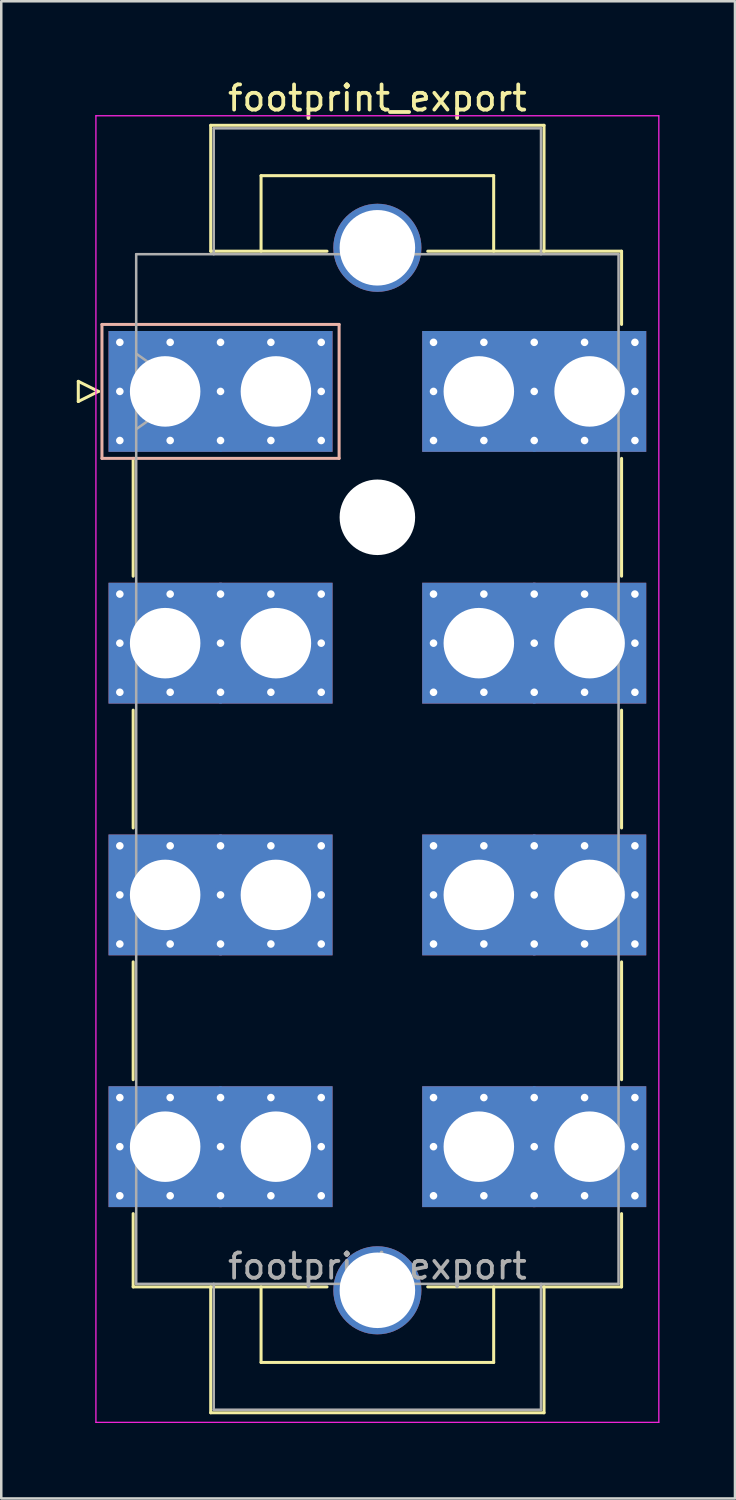
<source format=kicad_pcb>
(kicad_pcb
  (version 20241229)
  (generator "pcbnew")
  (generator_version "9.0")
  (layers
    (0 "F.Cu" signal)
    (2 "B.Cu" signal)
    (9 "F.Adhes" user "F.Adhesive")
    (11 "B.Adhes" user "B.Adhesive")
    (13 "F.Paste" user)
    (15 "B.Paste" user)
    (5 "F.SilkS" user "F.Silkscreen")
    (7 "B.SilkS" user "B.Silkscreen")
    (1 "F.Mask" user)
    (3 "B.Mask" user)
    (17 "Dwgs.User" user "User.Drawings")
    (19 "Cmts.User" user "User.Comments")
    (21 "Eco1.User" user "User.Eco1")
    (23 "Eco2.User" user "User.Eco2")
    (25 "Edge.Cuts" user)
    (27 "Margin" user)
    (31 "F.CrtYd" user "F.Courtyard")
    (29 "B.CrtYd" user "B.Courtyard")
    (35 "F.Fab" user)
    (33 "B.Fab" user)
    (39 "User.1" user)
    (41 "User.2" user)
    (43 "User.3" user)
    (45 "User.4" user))
  (footprint "footprint_export"
    (layer "F.Cu")
    (at 3.51 12.498)
    (property "Reference" "footprint_export" (at 8.43 -11.65 0) (layer "F.SilkS") (effects (font (size 1 1) (thickness 0.15))))
    (attr through_hole)
    (fp_line (start -3.45 -0.4) (end -3.45 0.4) (stroke (width 0.12) (type solid)) (layer "F.SilkS"))
    (fp_line (start -3.45 0.4) (end -2.65 0) (stroke (width 0.12) (type solid)) (layer "F.SilkS"))
    (fp_line (start -2.65 0) (end -3.45 -0.4) (stroke (width 0.12) (type solid)) (layer "F.SilkS"))
    (fp_line (start -1.27 2.66) (end -1.27 7.34) (stroke (width 0.12) (type solid)) (layer "F.SilkS"))
    (fp_line (start -1.27 12.66) (end -1.27 17.34) (stroke (width 0.12) (type solid)) (layer "F.SilkS"))
    (fp_line (start -1.27 22.66) (end -1.27 27.34) (stroke (width 0.12) (type solid)) (layer "F.SilkS"))
    (fp_line (start -1.27 32.66) (end -1.27 35.57) (stroke (width 0.12) (type solid)) (layer "F.SilkS"))
    (fp_line (start -1.27 35.57) (end 6.43 35.57) (stroke (width 0.12) (type solid)) (layer "F.SilkS"))
    (fp_line (start 1.81 -10.57) (end 15.05 -10.57) (stroke (width 0.12) (type solid)) (layer "F.SilkS"))
    (fp_line (start 1.81 -5.57) (end 1.81 -10.57) (stroke (width 0.12) (type solid)) (layer "F.SilkS"))
    (fp_line (start 1.81 35.57) (end 1.81 40.57) (stroke (width 0.12) (type solid)) (layer "F.SilkS"))
    (fp_line (start 1.81 40.57) (end 15.05 40.57) (stroke (width 0.12) (type solid)) (layer "F.SilkS"))
    (fp_line (start 3.81 -8.57) (end 13.05 -8.57) (stroke (width 0.12) (type solid)) (layer "F.SilkS"))
    (fp_line (start 3.81 -5.57) (end 3.81 -8.57) (stroke (width 0.12) (type solid)) (layer "F.SilkS"))
    (fp_line (start 3.81 35.57) (end 3.81 38.57) (stroke (width 0.12) (type solid)) (layer "F.SilkS"))
    (fp_line (start 3.81 38.57) (end 13.05 38.57) (stroke (width 0.12) (type solid)) (layer "F.SilkS"))
    (fp_line (start 6.43 -5.57) (end 1.81 -5.57) (stroke (width 0.12) (type solid)) (layer "F.SilkS"))
    (fp_line (start 13.05 -8.57) (end 13.05 -5.57) (stroke (width 0.12) (type solid)) (layer "F.SilkS"))
    (fp_line (start 13.05 38.57) (end 13.05 35.57) (stroke (width 0.12) (type solid)) (layer "F.SilkS"))
    (fp_line (start 15.05 -10.57) (end 15.05 -5.57) (stroke (width 0.12) (type solid)) (layer "F.SilkS"))
    (fp_line (start 15.05 40.57) (end 15.05 35.57) (stroke (width 0.12) (type solid)) (layer "F.SilkS"))
    (fp_line (start 18.13 -5.57) (end 10.43 -5.57) (stroke (width 0.12) (type solid)) (layer "F.SilkS"))
    (fp_line (start 18.13 -2.66) (end 18.13 -5.57) (stroke (width 0.12) (type solid)) (layer "F.SilkS"))
    (fp_line (start 18.13 2.66) (end 18.13 7.34) (stroke (width 0.12) (type solid)) (layer "F.SilkS"))
    (fp_line (start 18.13 12.66) (end 18.13 17.34) (stroke (width 0.12) (type solid)) (layer "F.SilkS"))
    (fp_line (start 18.13 22.66) (end 18.13 27.34) (stroke (width 0.12) (type solid)) (layer "F.SilkS"))
    (fp_line (start 18.13 32.66) (end 18.13 35.57) (stroke (width 0.12) (type solid)) (layer "F.SilkS"))
    (fp_line (start 18.13 35.57) (end 10.43 35.57) (stroke (width 0.12) (type solid)) (layer "F.SilkS"))
    (fp_line (start -2.51 -2.66) (end -2.51 2.66) (stroke (width 0.12) (type solid)) (layer "B.SilkS"))
    (fp_line (start -2.51 2.66) (end 6.91 2.66) (stroke (width 0.12) (type solid)) (layer "B.SilkS"))
    (fp_line (start 6.91 -2.66) (end -2.51 -2.66) (stroke (width 0.12) (type solid)) (layer "B.SilkS"))
    (fp_line (start 6.91 2.66) (end 6.91 -2.66) (stroke (width 0.12) (type solid)) (layer "B.SilkS"))
    (fp_line (start -2.75 -10.95) (end -2.75 40.95) (stroke (width 0.05) (type solid)) (layer "F.CrtYd"))
    (fp_line (start -2.75 40.95) (end 19.61 40.95) (stroke (width 0.05) (type solid)) (layer "F.CrtYd"))
    (fp_line (start 19.61 -10.95) (end -2.75 -10.95) (stroke (width 0.05) (type solid)) (layer "F.CrtYd"))
    (fp_line (start 19.61 40.95) (end 19.61 -10.95) (stroke (width 0.05) (type solid)) (layer "F.CrtYd"))
    (fp_line (start -1.15 -5.45) (end -1.15 35.45) (stroke (width 0.1) (type solid)) (layer "F.Fab"))
    (fp_line (start -1.15 -1.5) (end 0.971 0) (stroke (width 0.1) (type solid)) (layer "F.Fab"))
    (fp_line (start -1.15 35.45) (end 18.01 35.45) (stroke (width 0.1) (type solid)) (layer "F.Fab"))
    (fp_line (start 0.971 0) (end -1.15 1.5) (stroke (width 0.1) (type solid)) (layer "F.Fab"))
    (fp_line (start 1.93 -10.45) (end 14.93 -10.45) (stroke (width 0.1) (type solid)) (layer "F.Fab"))
    (fp_line (start 1.93 -5.45) (end 1.93 -10.45) (stroke (width 0.1) (type solid)) (layer "F.Fab"))
    (fp_line (start 1.93 35.45) (end 1.93 40.45) (stroke (width 0.1) (type solid)) (layer "F.Fab"))
    (fp_line (start 1.93 40.45) (end 14.93 40.45) (stroke (width 0.1) (type solid)) (layer "F.Fab"))
    (fp_line (start 14.93 -10.45) (end 14.93 -5.45) (stroke (width 0.1) (type solid)) (layer "F.Fab"))
    (fp_line (start 14.93 40.45) (end 14.93 35.45) (stroke (width 0.1) (type solid)) (layer "F.Fab"))
    (fp_line (start 18.01 -5.45) (end -1.15 -5.45) (stroke (width 0.1) (type solid)) (layer "F.Fab"))
    (fp_line (start 18.01 35.45) (end 18.01 -5.45) (stroke (width 0.1) (type solid)) (layer "F.Fab"))
    (fp_text user "${REFERENCE}" (at 8.43 34.75 0) (layer "F.Fab") (effects (font (size 1 1) (thickness 0.15))))
    (pad "" thru_hole circle (at 8.43 -5.705) (size 3.5 3.5) (drill 3) (layers "*.Cu" "*.Mask"))
    (pad "" np_thru_hole circle (at 8.43 5) (size 3 3) (drill 3) (layers "*.Cu" "*.Mask"))
    (pad "" thru_hole circle (at 8.43 35.705) (size 3.5 3.5) (drill 3) (layers "*.Cu" "*.Mask"))
    (pad "1" thru_hole roundrect (at -1.8 -1.95) (size 0.6 0.6) (drill 0.3) (layers "*.Cu" "*.Mask") (roundrect_rratio 0.25))
    (pad "1" thru_hole roundrect (at -1.8 0) (size 0.6 0.6) (drill 0.3) (layers "*.Cu" "*.Mask") (roundrect_rratio 0.25))
    (pad "1" thru_hole roundrect (at -1.8 1.95) (size 0.6 0.6) (drill 0.3) (layers "*.Cu" "*.Mask") (roundrect_rratio 0.25))
    (pad "1" thru_hole rect (at 0 0) (size 4.5 4.8) (drill 2.8) (layers "*.Cu" "*.Mask"))
    (pad "1" thru_hole roundrect (at 0.2 -1.95) (size 0.6 0.6) (drill 0.3) (layers "*.Cu" "*.Mask") (roundrect_rratio 0.25))
    (pad "1" thru_hole roundrect (at 0.2 1.95) (size 0.6 0.6) (drill 0.3) (layers "*.Cu" "*.Mask") (roundrect_rratio 0.25))
    (pad "1" thru_hole roundrect (at 2.2 -1.95) (size 0.6 0.6) (drill 0.3) (layers "*.Cu" "*.Mask") (roundrect_rratio 0.25))
    (pad "1" thru_hole roundrect (at 2.2 0) (size 0.6 0.6) (drill 0.3) (layers "*.Cu" "*.Mask") (roundrect_rratio 0.25))
    (pad "1" thru_hole roundrect (at 2.2 1.95) (size 0.6 0.6) (drill 0.3) (layers "*.Cu" "*.Mask") (roundrect_rratio 0.25))
    (pad "1" thru_hole roundrect (at 4.2 -1.95) (size 0.6 0.6) (drill 0.3) (layers "*.Cu" "*.Mask") (roundrect_rratio 0.25))
    (pad "1" thru_hole roundrect (at 4.2 1.95) (size 0.6 0.6) (drill 0.3) (layers "*.Cu" "*.Mask") (roundrect_rratio 0.25))
    (pad "1" thru_hole rect (at 4.4 0) (size 4.5 4.8) (drill 2.8) (layers "*.Cu" "*.Mask"))
    (pad "1" thru_hole roundrect (at 6.2 -1.95) (size 0.6 0.6) (drill 0.3) (layers "*.Cu" "*.Mask") (roundrect_rratio 0.25))
    (pad "1" thru_hole roundrect (at 6.2 0) (size 0.6 0.6) (drill 0.3) (layers "*.Cu" "*.Mask") (roundrect_rratio 0.25))
    (pad "1" thru_hole roundrect (at 6.2 1.95) (size 0.6 0.6) (drill 0.3) (layers "*.Cu" "*.Mask") (roundrect_rratio 0.25))
    (pad "2" thru_hole circle (at -1.8 8.05) (size 0.6 0.6) (drill 0.3) (layers "*.Cu" "*.Mask"))
    (pad "2" thru_hole circle (at -1.8 10) (size 0.6 0.6) (drill 0.3) (layers "*.Cu" "*.Mask"))
    (pad "2" thru_hole circle (at -1.8 11.95) (size 0.6 0.6) (drill 0.3) (layers "*.Cu" "*.Mask"))
    (pad "2" thru_hole rect (at 0 10) (size 4.5 4.8) (drill 2.8) (layers "*.Cu" "*.Mask"))
    (pad "2" thru_hole circle (at 0.2 8.05) (size 0.6 0.6) (drill 0.3) (layers "*.Cu" "*.Mask"))
    (pad "2" thru_hole circle (at 0.2 11.95) (size 0.6 0.6) (drill 0.3) (layers "*.Cu" "*.Mask"))
    (pad "2" thru_hole circle (at 2.2 8.05) (size 0.6 0.6) (drill 0.3) (layers "*.Cu" "*.Mask"))
    (pad "2" thru_hole circle (at 2.2 10) (size 0.6 0.6) (drill 0.3) (layers "*.Cu" "*.Mask"))
    (pad "2" thru_hole circle (at 2.2 11.95) (size 0.6 0.6) (drill 0.3) (layers "*.Cu" "*.Mask"))
    (pad "2" thru_hole circle (at 4.2 8.05) (size 0.6 0.6) (drill 0.3) (layers "*.Cu" "*.Mask"))
    (pad "2" thru_hole circle (at 4.2 11.95) (size 0.6 0.6) (drill 0.3) (layers "*.Cu" "*.Mask"))
    (pad "2" thru_hole rect (at 4.4 10) (size 4.5 4.8) (drill 2.8) (layers "*.Cu" "*.Mask"))
    (pad "2" thru_hole circle (at 6.2 8.05) (size 0.6 0.6) (drill 0.3) (layers "*.Cu" "*.Mask"))
    (pad "2" thru_hole circle (at 6.2 10) (size 0.6 0.6) (drill 0.3) (layers "*.Cu" "*.Mask"))
    (pad "2" thru_hole circle (at 6.2 11.95) (size 0.6 0.6) (drill 0.3) (layers "*.Cu" "*.Mask"))
    (pad "3" thru_hole circle (at -1.8 18.05) (size 0.6 0.6) (drill 0.3) (layers "*.Cu" "*.Mask"))
    (pad "3" thru_hole circle (at -1.8 20) (size 0.6 0.6) (drill 0.3) (layers "*.Cu" "*.Mask"))
    (pad "3" thru_hole circle (at -1.8 21.95) (size 0.6 0.6) (drill 0.3) (layers "*.Cu" "*.Mask"))
    (pad "3" thru_hole rect (at 0 20) (size 4.5 4.8) (drill 2.8) (layers "*.Cu" "*.Mask"))
    (pad "3" thru_hole circle (at 0.2 18.05) (size 0.6 0.6) (drill 0.3) (layers "*.Cu" "*.Mask"))
    (pad "3" thru_hole circle (at 0.2 21.95) (size 0.6 0.6) (drill 0.3) (layers "*.Cu" "*.Mask"))
    (pad "3" thru_hole circle (at 2.2 18.05) (size 0.6 0.6) (drill 0.3) (layers "*.Cu" "*.Mask"))
    (pad "3" thru_hole circle (at 2.2 20) (size 0.6 0.6) (drill 0.3) (layers "*.Cu" "*.Mask"))
    (pad "3" thru_hole circle (at 2.2 21.95) (size 0.6 0.6) (drill 0.3) (layers "*.Cu" "*.Mask"))
    (pad "3" thru_hole circle (at 4.2 18.05) (size 0.6 0.6) (drill 0.3) (layers "*.Cu" "*.Mask"))
    (pad "3" thru_hole circle (at 4.2 21.95) (size 0.6 0.6) (drill 0.3) (layers "*.Cu" "*.Mask"))
    (pad "3" thru_hole rect (at 4.4 20) (size 4.5 4.8) (drill 2.8) (layers "*.Cu" "*.Mask"))
    (pad "3" thru_hole circle (at 6.2 18.05) (size 0.6 0.6) (drill 0.3) (layers "*.Cu" "*.Mask"))
    (pad "3" thru_hole circle (at 6.2 20) (size 0.6 0.6) (drill 0.3) (layers "*.Cu" "*.Mask"))
    (pad "3" thru_hole circle (at 6.2 21.95) (size 0.6 0.6) (drill 0.3) (layers "*.Cu" "*.Mask"))
    (pad "4" thru_hole circle (at -1.8 28.05) (size 0.6 0.6) (drill 0.3) (layers "*.Cu" "*.Mask"))
    (pad "4" thru_hole circle (at -1.8 30) (size 0.6 0.6) (drill 0.3) (layers "*.Cu" "*.Mask"))
    (pad "4" thru_hole circle (at -1.8 31.95) (size 0.6 0.6) (drill 0.3) (layers "*.Cu" "*.Mask"))
    (pad "4" thru_hole rect (at 0 30) (size 4.5 4.8) (drill 2.8) (layers "*.Cu" "*.Mask"))
    (pad "4" thru_hole circle (at 0.2 28.05) (size 0.6 0.6) (drill 0.3) (layers "*.Cu" "*.Mask"))
    (pad "4" thru_hole circle (at 0.2 31.95) (size 0.6 0.6) (drill 0.3) (layers "*.Cu" "*.Mask"))
    (pad "4" thru_hole circle (at 2.2 28.05) (size 0.6 0.6) (drill 0.3) (layers "*.Cu" "*.Mask"))
    (pad "4" thru_hole circle (at 2.2 30) (size 0.6 0.6) (drill 0.3) (layers "*.Cu" "*.Mask"))
    (pad "4" thru_hole circle (at 2.2 31.95) (size 0.6 0.6) (drill 0.3) (layers "*.Cu" "*.Mask"))
    (pad "4" thru_hole circle (at 4.2 28.05) (size 0.6 0.6) (drill 0.3) (layers "*.Cu" "*.Mask"))
    (pad "4" thru_hole circle (at 4.2 31.95) (size 0.6 0.6) (drill 0.3) (layers "*.Cu" "*.Mask"))
    (pad "4" thru_hole rect (at 4.4 30) (size 4.5 4.8) (drill 2.8) (layers "*.Cu" "*.Mask"))
    (pad "4" thru_hole circle (at 6.2 28.05) (size 0.6 0.6) (drill 0.3) (layers "*.Cu" "*.Mask"))
    (pad "4" thru_hole circle (at 6.2 30) (size 0.6 0.6) (drill 0.3) (layers "*.Cu" "*.Mask"))
    (pad "4" thru_hole circle (at 6.2 31.95) (size 0.6 0.6) (drill 0.3) (layers "*.Cu" "*.Mask"))
    (pad "5" thru_hole circle (at 10.66 -1.95) (size 0.6 0.6) (drill 0.3) (layers "*.Cu" "*.Mask"))
    (pad "5" thru_hole circle (at 10.66 0) (size 0.6 0.6) (drill 0.3) (layers "*.Cu" "*.Mask"))
    (pad "5" thru_hole circle (at 10.66 1.95) (size 0.6 0.6) (drill 0.3) (layers "*.Cu" "*.Mask"))
    (pad "5" thru_hole rect (at 12.46 0) (size 4.5 4.8) (drill 2.8) (layers "*.Cu" "*.Mask"))
    (pad "5" thru_hole circle (at 12.66 -1.95) (size 0.6 0.6) (drill 0.3) (layers "*.Cu" "*.Mask"))
    (pad "5" thru_hole circle (at 12.66 1.95) (size 0.6 0.6) (drill 0.3) (layers "*.Cu" "*.Mask"))
    (pad "5" thru_hole circle (at 14.66 -1.95) (size 0.6 0.6) (drill 0.3) (layers "*.Cu" "*.Mask"))
    (pad "5" thru_hole circle (at 14.66 0) (size 0.6 0.6) (drill 0.3) (layers "*.Cu" "*.Mask"))
    (pad "5" thru_hole circle (at 14.66 1.95) (size 0.6 0.6) (drill 0.3) (layers "*.Cu" "*.Mask"))
    (pad "5" thru_hole circle (at 16.66 -1.95) (size 0.6 0.6) (drill 0.3) (layers "*.Cu" "*.Mask"))
    (pad "5" thru_hole circle (at 16.66 1.95) (size 0.6 0.6) (drill 0.3) (layers "*.Cu" "*.Mask"))
    (pad "5" thru_hole rect (at 16.86 0) (size 4.5 4.8) (drill 2.8) (layers "*.Cu" "*.Mask"))
    (pad "5" thru_hole circle (at 18.66 -1.95) (size 0.6 0.6) (drill 0.3) (layers "*.Cu" "*.Mask"))
    (pad "5" thru_hole circle (at 18.66 0) (size 0.6 0.6) (drill 0.3) (layers "*.Cu" "*.Mask"))
    (pad "5" thru_hole circle (at 18.66 1.95) (size 0.6 0.6) (drill 0.3) (layers "*.Cu" "*.Mask"))
    (pad "6" thru_hole circle (at 10.66 8.05) (size 0.6 0.6) (drill 0.3) (layers "*.Cu" "*.Mask"))
    (pad "6" thru_hole circle (at 10.66 10) (size 0.6 0.6) (drill 0.3) (layers "*.Cu" "*.Mask"))
    (pad "6" thru_hole circle (at 10.66 11.95) (size 0.6 0.6) (drill 0.3) (layers "*.Cu" "*.Mask"))
    (pad "6" thru_hole rect (at 12.46 10) (size 4.5 4.8) (drill 2.8) (layers "*.Cu" "*.Mask"))
    (pad "6" thru_hole circle (at 12.66 8.05) (size 0.6 0.6) (drill 0.3) (layers "*.Cu" "*.Mask"))
    (pad "6" thru_hole circle (at 12.66 11.95) (size 0.6 0.6) (drill 0.3) (layers "*.Cu" "*.Mask"))
    (pad "6" thru_hole circle (at 14.66 8.05) (size 0.6 0.6) (drill 0.3) (layers "*.Cu" "*.Mask"))
    (pad "6" thru_hole circle (at 14.66 10) (size 0.6 0.6) (drill 0.3) (layers "*.Cu" "*.Mask"))
    (pad "6" thru_hole circle (at 14.66 11.95) (size 0.6 0.6) (drill 0.3) (layers "*.Cu" "*.Mask"))
    (pad "6" thru_hole circle (at 16.66 8.05) (size 0.6 0.6) (drill 0.3) (layers "*.Cu" "*.Mask"))
    (pad "6" thru_hole circle (at 16.66 11.95) (size 0.6 0.6) (drill 0.3) (layers "*.Cu" "*.Mask"))
    (pad "6" thru_hole rect (at 16.86 10) (size 4.5 4.8) (drill 2.8) (layers "*.Cu" "*.Mask"))
    (pad "6" thru_hole circle (at 18.66 8.05) (size 0.6 0.6) (drill 0.3) (layers "*.Cu" "*.Mask"))
    (pad "6" thru_hole circle (at 18.66 10) (size 0.6 0.6) (drill 0.3) (layers "*.Cu" "*.Mask"))
    (pad "6" thru_hole circle (at 18.66 11.95) (size 0.6 0.6) (drill 0.3) (layers "*.Cu" "*.Mask"))
    (pad "7" thru_hole circle (at 10.66 18.05) (size 0.6 0.6) (drill 0.3) (layers "*.Cu" "*.Mask"))
    (pad "7" thru_hole circle (at 10.66 20) (size 0.6 0.6) (drill 0.3) (layers "*.Cu" "*.Mask"))
    (pad "7" thru_hole circle (at 10.66 21.95) (size 0.6 0.6) (drill 0.3) (layers "*.Cu" "*.Mask"))
    (pad "7" thru_hole rect (at 12.46 20) (size 4.5 4.8) (drill 2.8) (layers "*.Cu" "*.Mask"))
    (pad "7" thru_hole circle (at 12.66 18.05) (size 0.6 0.6) (drill 0.3) (layers "*.Cu" "*.Mask"))
    (pad "7" thru_hole circle (at 12.66 21.95) (size 0.6 0.6) (drill 0.3) (layers "*.Cu" "*.Mask"))
    (pad "7" thru_hole circle (at 14.66 18.05) (size 0.6 0.6) (drill 0.3) (layers "*.Cu" "*.Mask"))
    (pad "7" thru_hole circle (at 14.66 20) (size 0.6 0.6) (drill 0.3) (layers "*.Cu" "*.Mask"))
    (pad "7" thru_hole circle (at 14.66 21.95) (size 0.6 0.6) (drill 0.3) (layers "*.Cu" "*.Mask"))
    (pad "7" thru_hole circle (at 16.66 18.05) (size 0.6 0.6) (drill 0.3) (layers "*.Cu" "*.Mask"))
    (pad "7" thru_hole circle (at 16.66 21.95) (size 0.6 0.6) (drill 0.3) (layers "*.Cu" "*.Mask"))
    (pad "7" thru_hole rect (at 16.86 20) (size 4.5 4.8) (drill 2.8) (layers "*.Cu" "*.Mask"))
    (pad "7" thru_hole circle (at 18.66 18.05) (size 0.6 0.6) (drill 0.3) (layers "*.Cu" "*.Mask"))
    (pad "7" thru_hole circle (at 18.66 20) (size 0.6 0.6) (drill 0.3) (layers "*.Cu" "*.Mask"))
    (pad "7" thru_hole circle (at 18.66 21.95) (size 0.6 0.6) (drill 0.3) (layers "*.Cu" "*.Mask"))
    (pad "8" thru_hole circle (at 10.66 28.05) (size 0.6 0.6) (drill 0.3) (layers "*.Cu" "*.Mask"))
    (pad "8" thru_hole circle (at 10.66 30) (size 0.6 0.6) (drill 0.3) (layers "*.Cu" "*.Mask"))
    (pad "8" thru_hole circle (at 10.66 31.95) (size 0.6 0.6) (drill 0.3) (layers "*.Cu" "*.Mask"))
    (pad "8" thru_hole rect (at 12.46 30) (size 4.5 4.8) (drill 2.8) (layers "*.Cu" "*.Mask"))
    (pad "8" thru_hole circle (at 12.66 28.05) (size 0.6 0.6) (drill 0.3) (layers "*.Cu" "*.Mask"))
    (pad "8" thru_hole circle (at 12.66 31.95) (size 0.6 0.6) (drill 0.3) (layers "*.Cu" "*.Mask"))
    (pad "8" thru_hole circle (at 14.66 28.05) (size 0.6 0.6) (drill 0.3) (layers "*.Cu" "*.Mask"))
    (pad "8" thru_hole circle (at 14.66 30) (size 0.6 0.6) (drill 0.3) (layers "*.Cu" "*.Mask"))
    (pad "8" thru_hole circle (at 14.66 31.95) (size 0.6 0.6) (drill 0.3) (layers "*.Cu" "*.Mask"))
    (pad "8" thru_hole circle (at 16.66 28.05) (size 0.6 0.6) (drill 0.3) (layers "*.Cu" "*.Mask"))
    (pad "8" thru_hole circle (at 16.66 31.95) (size 0.6 0.6) (drill 0.3) (layers "*.Cu" "*.Mask"))
    (pad "8" thru_hole rect (at 16.86 30) (size 4.5 4.8) (drill 2.8) (layers "*.Cu" "*.Mask"))
    (pad "8" thru_hole circle (at 18.66 28.05) (size 0.6 0.6) (drill 0.3) (layers "*.Cu" "*.Mask"))
    (pad "8" thru_hole circle (at 18.66 30) (size 0.6 0.6) (drill 0.3) (layers "*.Cu" "*.Mask"))
    (pad "8" thru_hole circle (at 18.66 31.95) (size 0.6 0.6) (drill 0.3) (layers "*.Cu" "*.Mask")))
  (gr_rect
    (start -3 -3)
    (end 26.145 56.473)
    (stroke (width 0.1) (type default))
    (fill no)
    (layer "Edge.Cuts")))
</source>
